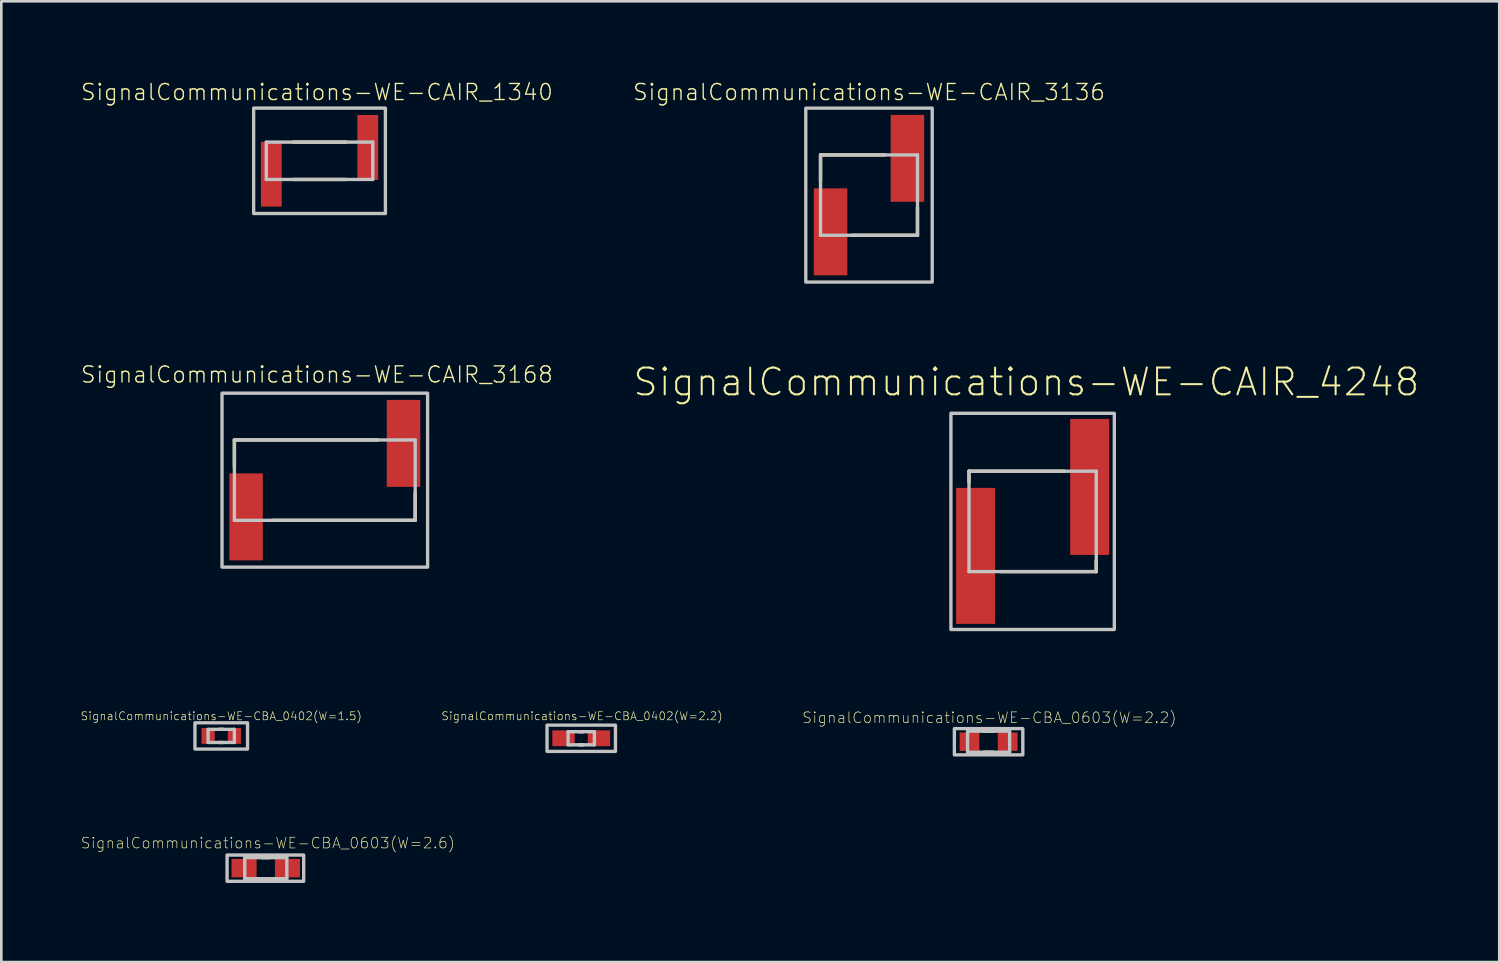
<source format=kicad_pcb>
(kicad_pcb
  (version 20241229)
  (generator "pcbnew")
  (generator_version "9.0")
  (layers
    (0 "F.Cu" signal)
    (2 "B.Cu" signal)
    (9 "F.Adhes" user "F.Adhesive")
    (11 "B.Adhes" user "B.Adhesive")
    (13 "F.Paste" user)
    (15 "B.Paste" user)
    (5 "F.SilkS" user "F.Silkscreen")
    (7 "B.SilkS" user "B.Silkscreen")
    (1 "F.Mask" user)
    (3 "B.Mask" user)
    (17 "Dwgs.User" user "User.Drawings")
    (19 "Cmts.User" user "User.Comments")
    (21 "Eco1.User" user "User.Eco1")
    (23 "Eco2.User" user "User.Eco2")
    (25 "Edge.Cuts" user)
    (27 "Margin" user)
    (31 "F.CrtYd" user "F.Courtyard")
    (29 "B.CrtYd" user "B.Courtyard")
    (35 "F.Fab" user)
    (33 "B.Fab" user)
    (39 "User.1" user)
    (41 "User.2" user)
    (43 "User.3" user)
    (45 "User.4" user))
  (footprint "SignalCommunications-WE-CBA_0402(W=1.5)"
    (layer "F.Cu")
    (at 5.342 24.864)
    (property "Reference" "SignalCommunications-WE-CBA_0402(W=1.5)" (at 0 -0.752 0) (layer "F.SilkS") (effects (font (size 0.305 0.305) (thickness 0.025))))
    (attr smd)
    (fp_line (start -0.079 -0.249) (end 0.079 -0.249) (stroke (width 0.127) (type solid)) (layer "F.SilkS"))
    (fp_line (start -0.079 0.249) (end 0.069 0.249) (stroke (width 0.127) (type solid)) (layer "F.SilkS"))
    (fp_line (start -0.498 0.249) (end -0.498 -0.249) (stroke (width 0.127) (type solid)) (layer "Dwgs.User"))
    (fp_line (start -0.498 0.249) (end 0.498 0.249) (stroke (width 0.127) (type solid)) (layer "Dwgs.User"))
    (fp_line (start 0.498 -0.249) (end -0.498 -0.249) (stroke (width 0.127) (type solid)) (layer "Dwgs.User"))
    (fp_line (start 0.498 0.249) (end 0.498 -0.249) (stroke (width 0.127) (type solid)) (layer "Dwgs.User"))
    (fp_poly (pts (xy -0.998 -0.498) (xy 0.998 -0.498) (xy 0.998 0.498) (xy -0.998 0.498) (xy -0.998 -0.498)) (stroke (width 0.127) (type solid)) (fill no) (layer "Dwgs.User"))
    (pad "1" smd rect (at -0.498 0) (size 0.498 0.599) (layers "F.Cu" "F.Mask" "F.Paste"))
    (pad "2" smd rect (at 0.498 0) (size 0.498 0.599) (layers "F.Cu" "F.Mask" "F.Paste")))
  (footprint "SignalCommunications-WE-CAIR_3136"
    (layer "F.Cu")
    (at 29.912 4.35)
    (property "Reference" "SignalCommunications-WE-CAIR_3136" (at 0 -3.904 0) (layer "F.SilkS") (effects (font (size 0.61 0.61) (thickness 0.051))))
    (attr smd)
    (fp_line (start -1.839 -1.524) (end 0.599 -1.524) (stroke (width 0.127) (type solid)) (layer "F.SilkS"))
    (fp_line (start -1.839 -0.508) (end -1.839 -1.524) (stroke (width 0.127) (type solid)) (layer "F.SilkS"))
    (fp_line (start -0.638 1.524) (end 1.798 1.524) (stroke (width 0.127) (type solid)) (layer "F.SilkS"))
    (fp_line (start 1.839 1.524) (end 1.839 0.475) (stroke (width 0.127) (type solid)) (layer "F.SilkS"))
    (fp_line (start -1.839 -1.524) (end 1.839 -1.524) (stroke (width 0.127) (type solid)) (layer "Dwgs.User"))
    (fp_line (start -1.839 1.524) (end -1.839 -1.524) (stroke (width 0.127) (type solid)) (layer "Dwgs.User"))
    (fp_line (start -1.839 1.524) (end 1.839 1.524) (stroke (width 0.127) (type solid)) (layer "Dwgs.User"))
    (fp_line (start 1.839 1.524) (end 1.839 -1.524) (stroke (width 0.127) (type solid)) (layer "Dwgs.User"))
    (fp_poly (pts (xy -2.398 -3.299) (xy 2.398 -3.299) (xy 2.398 3.299) (xy -2.398 3.299) (xy -2.398 -3.299)) (stroke (width 0.127) (type solid)) (fill no) (layer "Dwgs.User"))
    (pad "1" smd rect (at -1.458 1.394) (size 1.27 3.299) (layers "F.Cu" "F.Mask" "F.Paste"))
    (pad "2" smd rect (at 1.458 -1.394) (size 1.27 3.299) (layers "F.Cu" "F.Mask" "F.Paste")))
  (footprint "SignalCommunications-WE-CAIR_1340"
    (layer "F.Cu")
    (at 9.07 3.049)
    (property "Reference" "SignalCommunications-WE-CAIR_1340" (at -0.099 -2.603 0) (layer "F.SilkS") (effects (font (size 0.61 0.61) (thickness 0.051))))
    (attr smd)
    (fp_line (start -0.998 -0.709) (end 0.998 -0.709) (stroke (width 0.127) (type solid)) (layer "F.SilkS"))
    (fp_line (start -0.998 0.709) (end 0.998 0.709) (stroke (width 0.127) (type solid)) (layer "F.SilkS"))
    (fp_line (start -2.019 -0.709) (end 2.019 -0.709) (stroke (width 0.127) (type solid)) (layer "Dwgs.User"))
    (fp_line (start -2.019 0.709) (end -2.019 -0.709) (stroke (width 0.127) (type solid)) (layer "Dwgs.User"))
    (fp_line (start -2.019 0.709) (end 2.019 0.709) (stroke (width 0.127) (type solid)) (layer "Dwgs.User"))
    (fp_line (start 2.019 0.709) (end 2.019 -0.709) (stroke (width 0.127) (type solid)) (layer "Dwgs.User"))
    (fp_poly (pts (xy -2.499 -1.999) (xy 2.499 -1.999) (xy 2.499 1.999) (xy -2.499 1.999) (xy -2.499 -1.999)) (stroke (width 0.127) (type solid)) (fill no) (layer "Dwgs.User"))
    (pad "1" smd rect (at -1.829 0.508) (size 0.79 2.459) (layers "F.Cu" "F.Mask" "F.Paste"))
    (pad "2" smd rect (at 1.829 -0.508) (size 0.79 2.459) (layers "F.Cu" "F.Mask" "F.Paste")))
  (footprint "SignalCommunications-WE-CAIR_3168"
    (layer "F.Cu")
    (at 9.27 15.162)
    (property "Reference" "SignalCommunications-WE-CAIR_3168" (at -0.3 -4.003 0) (layer "F.SilkS") (effects (font (size 0.61 0.61) (thickness 0.051))))
    (attr smd)
    (fp_line (start -3.429 -1.524) (end 1.999 -1.524) (stroke (width 0.127) (type solid)) (layer "F.SilkS"))
    (fp_line (start -3.429 -0.498) (end -3.429 -1.524) (stroke (width 0.127) (type solid)) (layer "F.SilkS"))
    (fp_line (start -1.999 1.524) (end 3.429 1.524) (stroke (width 0.127) (type solid)) (layer "F.SilkS"))
    (fp_line (start 3.429 1.524) (end 3.429 0.498) (stroke (width 0.127) (type solid)) (layer "F.SilkS"))
    (fp_line (start -3.429 -1.524) (end 3.429 -1.524) (stroke (width 0.127) (type solid)) (layer "Dwgs.User"))
    (fp_line (start -3.429 1.524) (end -3.429 -1.524) (stroke (width 0.127) (type solid)) (layer "Dwgs.User"))
    (fp_line (start -3.429 1.524) (end 3.429 1.524) (stroke (width 0.127) (type solid)) (layer "Dwgs.User"))
    (fp_line (start 3.429 1.524) (end 3.429 -1.524) (stroke (width 0.127) (type solid)) (layer "Dwgs.User"))
    (fp_poly (pts (xy -3.899 -3.299) (xy 3.899 -3.299) (xy 3.899 3.299) (xy -3.899 3.299) (xy -3.899 -3.299)) (stroke (width 0.127) (type solid)) (fill no) (layer "Dwgs.User"))
    (pad "1" smd rect (at -2.985 1.394) (size 1.27 3.299) (layers "F.Cu" "F.Mask" "F.Paste"))
    (pad "2" smd rect (at 2.985 -1.394) (size 1.27 3.299) (layers "F.Cu" "F.Mask" "F.Paste")))
  (footprint "SignalCommunications-WE-CBA_0603(W=2.2)"
    (layer "F.Cu")
    (at 34.448 25.084)
    (property "Reference" "SignalCommunications-WE-CBA_0603(W=2.2)" (at 0.028 -0.912 0) (layer "F.SilkS") (effects (font (size 0.406 0.406) (thickness 0.025))))
    (attr smd)
    (fp_line (start -0.178 -0.399) (end 0.178 -0.399) (stroke (width 0.127) (type solid)) (layer "F.SilkS"))
    (fp_line (start -0.178 0.399) (end 0.178 0.399) (stroke (width 0.127) (type solid)) (layer "F.SilkS"))
    (fp_line (start -0.798 0.399) (end -0.798 -0.399) (stroke (width 0.127) (type solid)) (layer "Dwgs.User"))
    (fp_line (start -0.798 0.399) (end 0.798 0.399) (stroke (width 0.127) (type solid)) (layer "Dwgs.User"))
    (fp_line (start 0.798 -0.399) (end -0.798 -0.399) (stroke (width 0.127) (type solid)) (layer "Dwgs.User"))
    (fp_line (start 0.798 0.399) (end 0.798 -0.399) (stroke (width 0.127) (type solid)) (layer "Dwgs.User"))
    (fp_poly (pts (xy -1.298 -0.498) (xy 1.298 -0.498) (xy 1.298 0.498) (xy -1.298 0.498) (xy -1.298 -0.498)) (stroke (width 0.127) (type solid)) (fill no) (layer "Dwgs.User"))
    (pad "1" smd rect (at -0.724 0) (size 0.749 0.699) (layers "F.Cu" "F.Mask" "F.Paste"))
    (pad "2" smd rect (at 0.724 0) (size 0.749 0.699) (layers "F.Cu" "F.Mask" "F.Paste")))
  (footprint "SignalCommunications-WE-CBA_0603(W=2.6)"
    (layer "F.Cu")
    (at 7.031 29.88)
    (property "Reference" "SignalCommunications-WE-CBA_0603(W=2.6)" (at 0.079 -0.953 0) (layer "F.SilkS") (effects (font (size 0.406 0.406) (thickness 0.025))))
    (attr smd)
    (fp_line (start -0.157 -0.399) (end 0.14 -0.399) (stroke (width 0.127) (type solid)) (layer "F.SilkS"))
    (fp_line (start -0.157 0.399) (end 0.157 0.399) (stroke (width 0.127) (type solid)) (layer "F.SilkS"))
    (fp_line (start -0.798 0.399) (end -0.798 -0.399) (stroke (width 0.127) (type solid)) (layer "Dwgs.User"))
    (fp_line (start -0.798 0.399) (end 0.798 0.399) (stroke (width 0.127) (type solid)) (layer "Dwgs.User"))
    (fp_line (start 0.798 -0.399) (end -0.798 -0.399) (stroke (width 0.127) (type solid)) (layer "Dwgs.User"))
    (fp_line (start 0.798 0.399) (end 0.798 -0.399) (stroke (width 0.127) (type solid)) (layer "Dwgs.User"))
    (fp_poly (pts (xy 1.438 -0.498) (xy 1.438 0.498) (xy -1.468 0.498) (xy -1.468 -0.498) (xy 1.438 -0.498)) (stroke (width 0.127) (type solid)) (fill no) (layer "Dwgs.User"))
    (pad "1" smd rect (at -0.823 0) (size 0.95 0.699) (layers "F.Cu" "F.Mask" "F.Paste"))
    (pad "2" smd rect (at 0.823 0) (size 0.95 0.699) (layers "F.Cu" "F.Mask" "F.Paste")))
  (footprint "SignalCommunications-WE-CBA_0402(W=2.2)"
    (layer "F.Cu")
    (at 18.997 24.953)
    (property "Reference" "SignalCommunications-WE-CBA_0402(W=2.2)" (at 0.028 -0.841 0) (layer "F.SilkS") (effects (font (size 0.305 0.305) (thickness 0.025))))
    (attr smd)
    (fp_line (start -0.079 -0.249) (end 0.079 -0.249) (stroke (width 0.127) (type solid)) (layer "F.SilkS"))
    (fp_line (start -0.079 0.249) (end 0.079 0.249) (stroke (width 0.127) (type solid)) (layer "F.SilkS"))
    (fp_line (start -0.498 0.249) (end -0.498 -0.249) (stroke (width 0.127) (type solid)) (layer "Dwgs.User"))
    (fp_line (start -0.498 0.249) (end 0.498 0.249) (stroke (width 0.127) (type solid)) (layer "Dwgs.User"))
    (fp_line (start 0.498 -0.249) (end -0.498 -0.249) (stroke (width 0.127) (type solid)) (layer "Dwgs.User"))
    (fp_line (start 0.498 0.249) (end 0.498 -0.249) (stroke (width 0.127) (type solid)) (layer "Dwgs.User"))
    (fp_poly (pts (xy -1.298 -0.498) (xy 1.298 -0.498) (xy 1.298 0.498) (xy -1.298 0.498) (xy -1.298 -0.498)) (stroke (width 0.127) (type solid)) (fill no) (layer "Dwgs.User"))
    (pad "1" smd rect (at -0.673 0) (size 0.848 0.599) (layers "F.Cu" "F.Mask" "F.Paste"))
    (pad "2" smd rect (at 0.673 0) (size 0.848 0.599) (layers "F.Cu" "F.Mask" "F.Paste")))
  (footprint "SignalCommunications-WE-CAIR_4248"
    (layer "F.Cu")
    (at 36.118 16.727)
    (property "Reference" "SignalCommunications-WE-CAIR_4248" (at -0.239 -5.286 0) (layer "F.SilkS") (effects (font (size 1.016 1.016) (thickness 0.076))))
    (attr smd)
    (fp_line (start -2.413 -1.905) (end -2.413 -1.499) (stroke (width 0.127) (type solid)) (layer "F.SilkS"))
    (fp_line (start -2.413 -1.905) (end 1.199 -1.905) (stroke (width 0.127) (type solid)) (layer "F.SilkS"))
    (fp_line (start -1.199 1.905) (end 2.413 1.905) (stroke (width 0.127) (type solid)) (layer "F.SilkS"))
    (fp_line (start 2.413 1.905) (end 2.413 1.499) (stroke (width 0.127) (type solid)) (layer "F.SilkS"))
    (fp_line (start -2.413 -1.905) (end -2.413 1.905) (stroke (width 0.127) (type solid)) (layer "Dwgs.User"))
    (fp_line (start -2.413 1.905) (end 2.413 1.905) (stroke (width 0.127) (type solid)) (layer "Dwgs.User"))
    (fp_line (start 2.413 -1.905) (end -2.413 -1.905) (stroke (width 0.127) (type solid)) (layer "Dwgs.User"))
    (fp_line (start 2.413 1.905) (end 2.413 -1.905) (stroke (width 0.127) (type solid)) (layer "Dwgs.User"))
    (fp_poly (pts (xy -3.099 -4.1) (xy 3.099 -4.1) (xy 3.099 4.1) (xy -3.099 4.1) (xy -3.099 -4.1)) (stroke (width 0.127) (type solid)) (fill no) (layer "Dwgs.User"))
    (pad "1" smd rect (at -2.164 1.308) (size 1.478 5.159) (layers "F.Cu" "F.Mask" "F.Paste"))
    (pad "2" smd rect (at 2.164 -1.308) (size 1.478 5.159) (layers "F.Cu" "F.Mask" "F.Paste")))
  (gr_rect
    (start -3 -3)
    (end 53.818 33.441)
    (stroke (width 0.1) (type default))
    (fill no)
    (layer "Edge.Cuts")))
</source>
